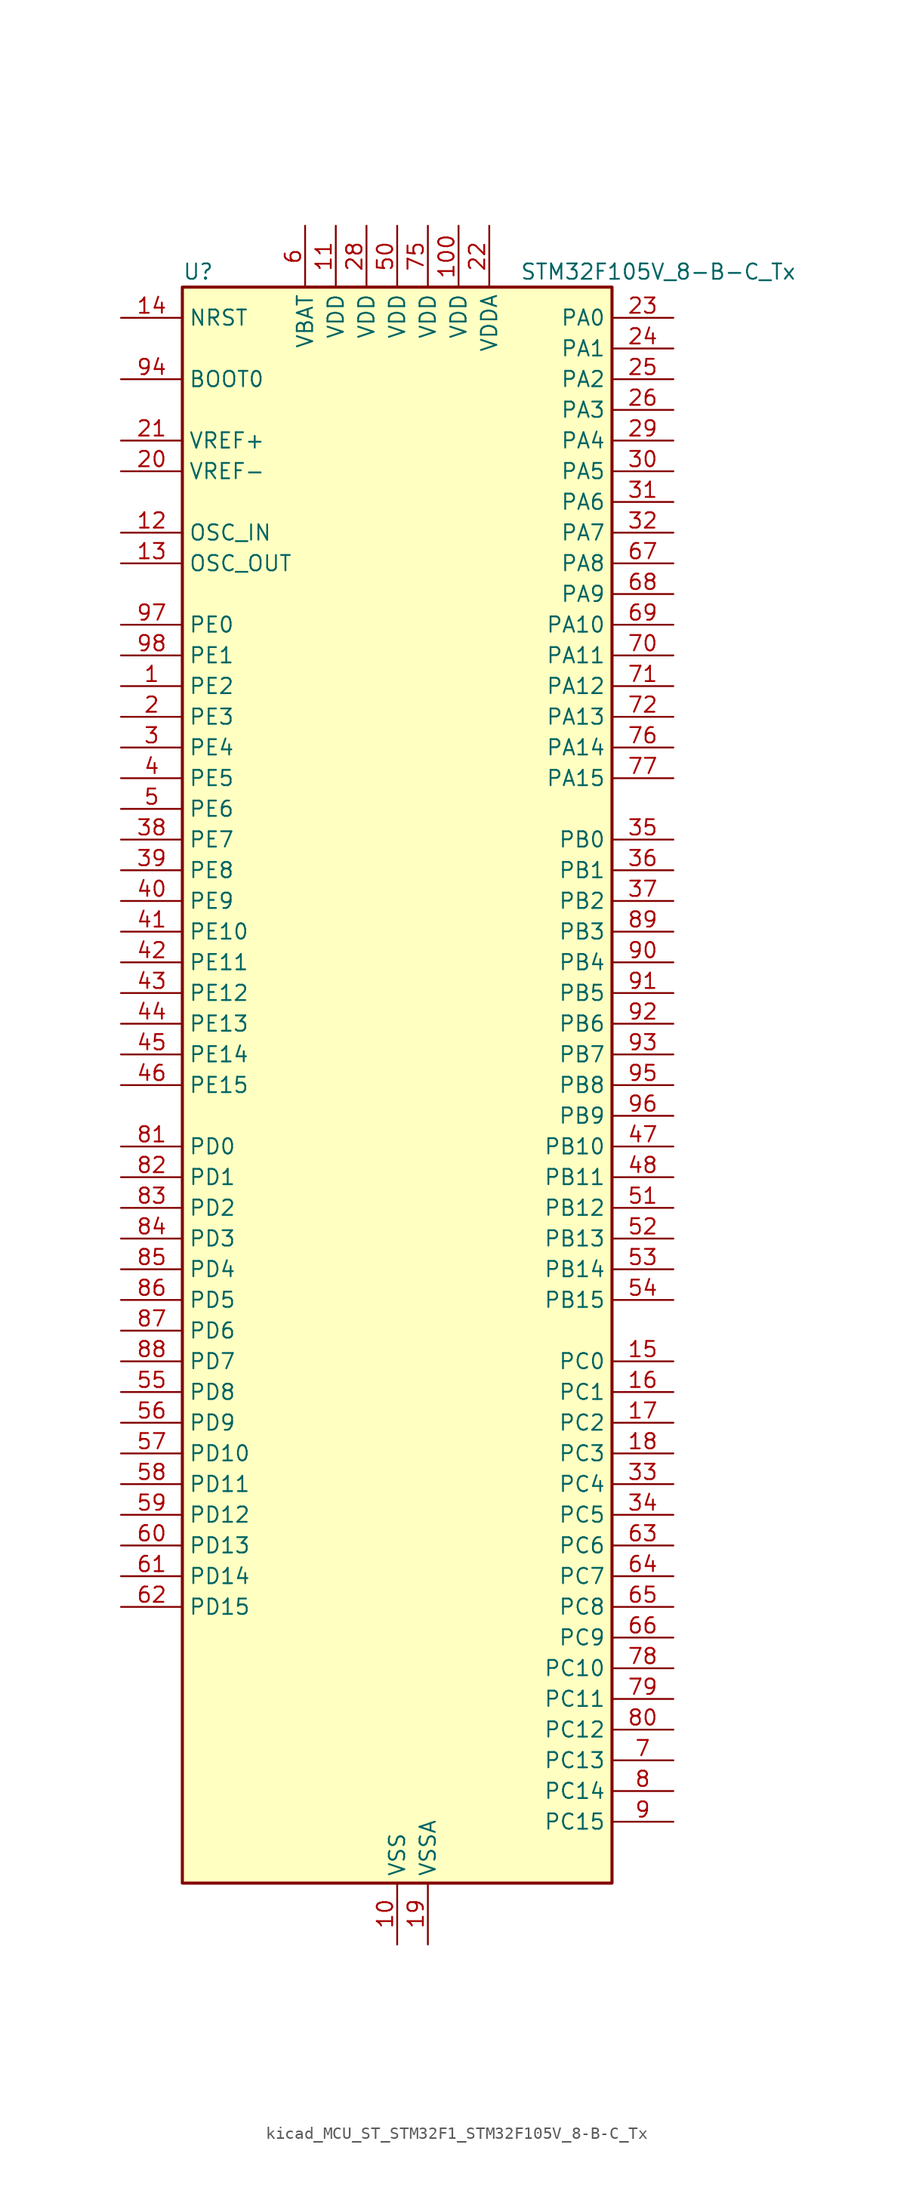
<source format=kicad_sym>
(kicad_symbol_lib
  (version 20220914)
  (generator kicad_symbol_editor)
  (symbol "kicad_MCU_ST_STM32F1_STM32F105V_8-B-C_Tx"
    (property "Reference" "U"
      (at -17.78 67.31 0)
      (effects (font (size 1.27 1.27)) (justify left)))
    (property "Value" "STM32F105V_8-B-C_Tx"
      (at 10.16 67.31 0)
      (effects (font (size 1.27 1.27)) (justify left)))
    (property "ki_locked" ""
      (at 0 0 0)
      (effects (font (size 1.27 1.27))))
    (symbol "kicad_MCU_ST_STM32F1_STM32F105V_8-B-C_Tx_0_1"
      (rectangle (start -17.78 -66.04) (end 17.78 66.04) (stroke (width 0.254) (type default)) (fill (type background))))
    (symbol "kicad_MCU_ST_STM32F1_STM32F105V_8-B-C_Tx_1_1"
      (pin bidirectional line (at -22.86 33.02 0) (length 5.08) (name "PE2" (effects (font (size 1.27 1.27)))) (number "1" (effects (font (size 1.27 1.27)))) (alternate "SYS_TRACECLK" bidirectional line))
      (pin power_in line (at 0 -71.12 90) (length 5.08) (name "VSS" (effects (font (size 1.27 1.27)))) (number "10" (effects (font (size 1.27 1.27)))))
      (pin power_in line (at 5.08 71.12 270) (length 5.08) (name "VDD" (effects (font (size 1.27 1.27)))) (number "100" (effects (font (size 1.27 1.27)))))
      (pin power_in line (at -5.08 71.12 270) (length 5.08) (name "VDD" (effects (font (size 1.27 1.27)))) (number "11" (effects (font (size 1.27 1.27)))))
      (pin input line (at -22.86 45.72 0) (length 5.08) (name "OSC_IN" (effects (font (size 1.27 1.27)))) (number "12" (effects (font (size 1.27 1.27)))) (alternate "RCC_OSC_IN" bidirectional line))
      (pin input line (at -22.86 43.18 0) (length 5.08) (name "OSC_OUT" (effects (font (size 1.27 1.27)))) (number "13" (effects (font (size 1.27 1.27)))) (alternate "RCC_OSC_OUT" bidirectional line))
      (pin input line (at -22.86 63.5 0) (length 5.08) (name "NRST" (effects (font (size 1.27 1.27)))) (number "14" (effects (font (size 1.27 1.27)))))
      (pin bidirectional line (at 22.86 -22.86 180) (length 5.08) (name "PC0" (effects (font (size 1.27 1.27)))) (number "15" (effects (font (size 1.27 1.27)))) (alternate "ADC1_IN10" bidirectional line) (alternate "ADC2_IN10" bidirectional line))
      (pin bidirectional line (at 22.86 -25.4 180) (length 5.08) (name "PC1" (effects (font (size 1.27 1.27)))) (number "16" (effects (font (size 1.27 1.27)))) (alternate "ADC1_IN11" bidirectional line) (alternate "ADC2_IN11" bidirectional line))
      (pin bidirectional line (at 22.86 -27.94 180) (length 5.08) (name "PC2" (effects (font (size 1.27 1.27)))) (number "17" (effects (font (size 1.27 1.27)))) (alternate "ADC1_IN12" bidirectional line) (alternate "ADC2_IN12" bidirectional line))
      (pin bidirectional line (at 22.86 -30.48 180) (length 5.08) (name "PC3" (effects (font (size 1.27 1.27)))) (number "18" (effects (font (size 1.27 1.27)))) (alternate "ADC1_IN13" bidirectional line) (alternate "ADC2_IN13" bidirectional line))
      (pin power_in line (at 2.54 -71.12 90) (length 5.08) (name "VSSA" (effects (font (size 1.27 1.27)))) (number "19" (effects (font (size 1.27 1.27)))))
      (pin bidirectional line (at -22.86 30.48 0) (length 5.08) (name "PE3" (effects (font (size 1.27 1.27)))) (number "2" (effects (font (size 1.27 1.27)))) (alternate "SYS_TRACED0" bidirectional line))
      (pin input line (at -22.86 50.8 0) (length 5.08) (name "VREF-" (effects (font (size 1.27 1.27)))) (number "20" (effects (font (size 1.27 1.27)))))
      (pin input line (at -22.86 53.34 0) (length 5.08) (name "VREF+" (effects (font (size 1.27 1.27)))) (number "21" (effects (font (size 1.27 1.27)))))
      (pin power_in line (at 7.62 71.12 270) (length 5.08) (name "VDDA" (effects (font (size 1.27 1.27)))) (number "22" (effects (font (size 1.27 1.27)))))
      (pin bidirectional line (at 22.86 63.5 180) (length 5.08) (name "PA0" (effects (font (size 1.27 1.27)))) (number "23" (effects (font (size 1.27 1.27)))) (alternate "ADC1_IN0" bidirectional line) (alternate "ADC2_IN0" bidirectional line) (alternate "SYS_WKUP" bidirectional line) (alternate "TIM2_CH1" bidirectional line) (alternate "TIM2_ETR" bidirectional line) (alternate "TIM5_CH1" bidirectional line) (alternate "USART2_CTS" bidirectional line))
      (pin bidirectional line (at 22.86 60.96 180) (length 5.08) (name "PA1" (effects (font (size 1.27 1.27)))) (number "24" (effects (font (size 1.27 1.27)))) (alternate "ADC1_IN1" bidirectional line) (alternate "ADC2_IN1" bidirectional line) (alternate "TIM2_CH2" bidirectional line) (alternate "TIM5_CH2" bidirectional line) (alternate "USART2_RTS" bidirectional line))
      (pin bidirectional line (at 22.86 58.42 180) (length 5.08) (name "PA2" (effects (font (size 1.27 1.27)))) (number "25" (effects (font (size 1.27 1.27)))) (alternate "ADC1_IN2" bidirectional line) (alternate "ADC2_IN2" bidirectional line) (alternate "TIM2_CH3" bidirectional line) (alternate "TIM5_CH3" bidirectional line) (alternate "USART2_TX" bidirectional line))
      (pin bidirectional line (at 22.86 55.88 180) (length 5.08) (name "PA3" (effects (font (size 1.27 1.27)))) (number "26" (effects (font (size 1.27 1.27)))) (alternate "ADC1_IN3" bidirectional line) (alternate "ADC2_IN3" bidirectional line) (alternate "TIM2_CH4" bidirectional line) (alternate "TIM5_CH4" bidirectional line) (alternate "USART2_RX" bidirectional line))
      (pin passive line (at 0 -71.12 90) (length 5.08) hide (name "VSS" (effects (font (size 1.27 1.27)))) (number "27" (effects (font (size 1.27 1.27)))))
      (pin power_in line (at -2.54 71.12 270) (length 5.08) (name "VDD" (effects (font (size 1.27 1.27)))) (number "28" (effects (font (size 1.27 1.27)))))
      (pin bidirectional line (at 22.86 53.34 180) (length 5.08) (name "PA4" (effects (font (size 1.27 1.27)))) (number "29" (effects (font (size 1.27 1.27)))) (alternate "ADC1_IN4" bidirectional line) (alternate "ADC2_IN4" bidirectional line) (alternate "DAC_OUT1" bidirectional line) (alternate "I2S3_WS" bidirectional line) (alternate "SPI1_NSS" bidirectional line) (alternate "SPI3_NSS" bidirectional line) (alternate "USART2_CK" bidirectional line))
      (pin bidirectional line (at -22.86 27.94 0) (length 5.08) (name "PE4" (effects (font (size 1.27 1.27)))) (number "3" (effects (font (size 1.27 1.27)))) (alternate "SYS_TRACED1" bidirectional line))
      (pin bidirectional line (at 22.86 50.8 180) (length 5.08) (name "PA5" (effects (font (size 1.27 1.27)))) (number "30" (effects (font (size 1.27 1.27)))) (alternate "ADC1_IN5" bidirectional line) (alternate "ADC2_IN5" bidirectional line) (alternate "DAC_OUT2" bidirectional line) (alternate "SPI1_SCK" bidirectional line))
      (pin bidirectional line (at 22.86 48.26 180) (length 5.08) (name "PA6" (effects (font (size 1.27 1.27)))) (number "31" (effects (font (size 1.27 1.27)))) (alternate "ADC1_IN6" bidirectional line) (alternate "ADC2_IN6" bidirectional line) (alternate "SPI1_MISO" bidirectional line) (alternate "TIM1_BKIN" bidirectional line) (alternate "TIM3_CH1" bidirectional line))
      (pin bidirectional line (at 22.86 45.72 180) (length 5.08) (name "PA7" (effects (font (size 1.27 1.27)))) (number "32" (effects (font (size 1.27 1.27)))) (alternate "ADC1_IN7" bidirectional line) (alternate "ADC2_IN7" bidirectional line) (alternate "SPI1_MOSI" bidirectional line) (alternate "TIM1_CH1N" bidirectional line) (alternate "TIM3_CH2" bidirectional line))
      (pin bidirectional line (at 22.86 -33.02 180) (length 5.08) (name "PC4" (effects (font (size 1.27 1.27)))) (number "33" (effects (font (size 1.27 1.27)))) (alternate "ADC1_IN14" bidirectional line) (alternate "ADC2_IN14" bidirectional line))
      (pin bidirectional line (at 22.86 -35.56 180) (length 5.08) (name "PC5" (effects (font (size 1.27 1.27)))) (number "34" (effects (font (size 1.27 1.27)))) (alternate "ADC1_IN15" bidirectional line) (alternate "ADC2_IN15" bidirectional line))
      (pin bidirectional line (at 22.86 20.32 180) (length 5.08) (name "PB0" (effects (font (size 1.27 1.27)))) (number "35" (effects (font (size 1.27 1.27)))) (alternate "ADC1_IN8" bidirectional line) (alternate "ADC2_IN8" bidirectional line) (alternate "TIM1_CH2N" bidirectional line) (alternate "TIM3_CH3" bidirectional line))
      (pin bidirectional line (at 22.86 17.78 180) (length 5.08) (name "PB1" (effects (font (size 1.27 1.27)))) (number "36" (effects (font (size 1.27 1.27)))) (alternate "ADC1_IN9" bidirectional line) (alternate "ADC2_IN9" bidirectional line) (alternate "TIM1_CH3N" bidirectional line) (alternate "TIM3_CH4" bidirectional line))
      (pin bidirectional line (at 22.86 15.24 180) (length 5.08) (name "PB2" (effects (font (size 1.27 1.27)))) (number "37" (effects (font (size 1.27 1.27)))))
      (pin bidirectional line (at -22.86 20.32 0) (length 5.08) (name "PE7" (effects (font (size 1.27 1.27)))) (number "38" (effects (font (size 1.27 1.27)))) (alternate "TIM1_ETR" bidirectional line))
      (pin bidirectional line (at -22.86 17.78 0) (length 5.08) (name "PE8" (effects (font (size 1.27 1.27)))) (number "39" (effects (font (size 1.27 1.27)))) (alternate "TIM1_CH1N" bidirectional line))
      (pin bidirectional line (at -22.86 25.4 0) (length 5.08) (name "PE5" (effects (font (size 1.27 1.27)))) (number "4" (effects (font (size 1.27 1.27)))) (alternate "SYS_TRACED2" bidirectional line))
      (pin bidirectional line (at -22.86 15.24 0) (length 5.08) (name "PE9" (effects (font (size 1.27 1.27)))) (number "40" (effects (font (size 1.27 1.27)))) (alternate "DAC_EXTI9" bidirectional line) (alternate "TIM1_CH1" bidirectional line))
      (pin bidirectional line (at -22.86 12.7 0) (length 5.08) (name "PE10" (effects (font (size 1.27 1.27)))) (number "41" (effects (font (size 1.27 1.27)))) (alternate "TIM1_CH2N" bidirectional line))
      (pin bidirectional line (at -22.86 10.16 0) (length 5.08) (name "PE11" (effects (font (size 1.27 1.27)))) (number "42" (effects (font (size 1.27 1.27)))) (alternate "ADC1_EXTI11" bidirectional line) (alternate "ADC2_EXTI11" bidirectional line) (alternate "TIM1_CH2" bidirectional line))
      (pin bidirectional line (at -22.86 7.62 0) (length 5.08) (name "PE12" (effects (font (size 1.27 1.27)))) (number "43" (effects (font (size 1.27 1.27)))) (alternate "TIM1_CH3N" bidirectional line))
      (pin bidirectional line (at -22.86 5.08 0) (length 5.08) (name "PE13" (effects (font (size 1.27 1.27)))) (number "44" (effects (font (size 1.27 1.27)))) (alternate "TIM1_CH3" bidirectional line))
      (pin bidirectional line (at -22.86 2.54 0) (length 5.08) (name "PE14" (effects (font (size 1.27 1.27)))) (number "45" (effects (font (size 1.27 1.27)))) (alternate "TIM1_CH4" bidirectional line))
      (pin bidirectional line (at -22.86 0 0) (length 5.08) (name "PE15" (effects (font (size 1.27 1.27)))) (number "46" (effects (font (size 1.27 1.27)))) (alternate "ADC1_EXTI15" bidirectional line) (alternate "ADC2_EXTI15" bidirectional line) (alternate "TIM1_BKIN" bidirectional line))
      (pin bidirectional line (at 22.86 -5.08 180) (length 5.08) (name "PB10" (effects (font (size 1.27 1.27)))) (number "47" (effects (font (size 1.27 1.27)))) (alternate "I2C2_SCL" bidirectional line) (alternate "TIM2_CH3" bidirectional line) (alternate "USART3_TX" bidirectional line))
      (pin bidirectional line (at 22.86 -7.62 180) (length 5.08) (name "PB11" (effects (font (size 1.27 1.27)))) (number "48" (effects (font (size 1.27 1.27)))) (alternate "ADC1_EXTI11" bidirectional line) (alternate "ADC2_EXTI11" bidirectional line) (alternate "I2C2_SDA" bidirectional line) (alternate "TIM2_CH4" bidirectional line) (alternate "USART3_RX" bidirectional line))
      (pin passive line (at 0 -71.12 90) (length 5.08) hide (name "VSS" (effects (font (size 1.27 1.27)))) (number "49" (effects (font (size 1.27 1.27)))))
      (pin bidirectional line (at -22.86 22.86 0) (length 5.08) (name "PE6" (effects (font (size 1.27 1.27)))) (number "5" (effects (font (size 1.27 1.27)))) (alternate "SYS_TRACED3" bidirectional line))
      (pin power_in line (at 0 71.12 270) (length 5.08) (name "VDD" (effects (font (size 1.27 1.27)))) (number "50" (effects (font (size 1.27 1.27)))))
      (pin bidirectional line (at 22.86 -10.16 180) (length 5.08) (name "PB12" (effects (font (size 1.27 1.27)))) (number "51" (effects (font (size 1.27 1.27)))) (alternate "CAN2_RX" bidirectional line) (alternate "I2C2_SMBA" bidirectional line) (alternate "I2S2_WS" bidirectional line) (alternate "SPI2_NSS" bidirectional line) (alternate "TIM1_BKIN" bidirectional line) (alternate "USART3_CK" bidirectional line))
      (pin bidirectional line (at 22.86 -12.7 180) (length 5.08) (name "PB13" (effects (font (size 1.27 1.27)))) (number "52" (effects (font (size 1.27 1.27)))) (alternate "CAN2_TX" bidirectional line) (alternate "I2S2_CK" bidirectional line) (alternate "SPI2_SCK" bidirectional line) (alternate "TIM1_CH1N" bidirectional line) (alternate "USART3_CTS" bidirectional line))
      (pin bidirectional line (at 22.86 -15.24 180) (length 5.08) (name "PB14" (effects (font (size 1.27 1.27)))) (number "53" (effects (font (size 1.27 1.27)))) (alternate "SPI2_MISO" bidirectional line) (alternate "TIM1_CH2N" bidirectional line) (alternate "USART3_RTS" bidirectional line))
      (pin bidirectional line (at 22.86 -17.78 180) (length 5.08) (name "PB15" (effects (font (size 1.27 1.27)))) (number "54" (effects (font (size 1.27 1.27)))) (alternate "ADC1_EXTI15" bidirectional line) (alternate "ADC2_EXTI15" bidirectional line) (alternate "I2S2_SD" bidirectional line) (alternate "SPI2_MOSI" bidirectional line) (alternate "TIM1_CH3N" bidirectional line))
      (pin bidirectional line (at -22.86 -25.4 0) (length 5.08) (name "PD8" (effects (font (size 1.27 1.27)))) (number "55" (effects (font (size 1.27 1.27)))) (alternate "USART3_TX" bidirectional line))
      (pin bidirectional line (at -22.86 -27.94 0) (length 5.08) (name "PD9" (effects (font (size 1.27 1.27)))) (number "56" (effects (font (size 1.27 1.27)))) (alternate "DAC_EXTI9" bidirectional line) (alternate "USART3_RX" bidirectional line))
      (pin bidirectional line (at -22.86 -30.48 0) (length 5.08) (name "PD10" (effects (font (size 1.27 1.27)))) (number "57" (effects (font (size 1.27 1.27)))) (alternate "USART3_CK" bidirectional line))
      (pin bidirectional line (at -22.86 -33.02 0) (length 5.08) (name "PD11" (effects (font (size 1.27 1.27)))) (number "58" (effects (font (size 1.27 1.27)))) (alternate "ADC1_EXTI11" bidirectional line) (alternate "ADC2_EXTI11" bidirectional line) (alternate "USART3_CTS" bidirectional line))
      (pin bidirectional line (at -22.86 -35.56 0) (length 5.08) (name "PD12" (effects (font (size 1.27 1.27)))) (number "59" (effects (font (size 1.27 1.27)))) (alternate "TIM4_CH1" bidirectional line) (alternate "USART3_RTS" bidirectional line))
      (pin power_in line (at -7.62 71.12 270) (length 5.08) (name "VBAT" (effects (font (size 1.27 1.27)))) (number "6" (effects (font (size 1.27 1.27)))))
      (pin bidirectional line (at -22.86 -38.1 0) (length 5.08) (name "PD13" (effects (font (size 1.27 1.27)))) (number "60" (effects (font (size 1.27 1.27)))) (alternate "TIM4_CH2" bidirectional line))
      (pin bidirectional line (at -22.86 -40.64 0) (length 5.08) (name "PD14" (effects (font (size 1.27 1.27)))) (number "61" (effects (font (size 1.27 1.27)))) (alternate "TIM4_CH3" bidirectional line))
      (pin bidirectional line (at -22.86 -43.18 0) (length 5.08) (name "PD15" (effects (font (size 1.27 1.27)))) (number "62" (effects (font (size 1.27 1.27)))) (alternate "ADC1_EXTI15" bidirectional line) (alternate "ADC2_EXTI15" bidirectional line) (alternate "TIM4_CH4" bidirectional line))
      (pin bidirectional line (at 22.86 -38.1 180) (length 5.08) (name "PC6" (effects (font (size 1.27 1.27)))) (number "63" (effects (font (size 1.27 1.27)))) (alternate "I2S2_MCK" bidirectional line) (alternate "TIM3_CH1" bidirectional line))
      (pin bidirectional line (at 22.86 -40.64 180) (length 5.08) (name "PC7" (effects (font (size 1.27 1.27)))) (number "64" (effects (font (size 1.27 1.27)))) (alternate "I2S3_MCK" bidirectional line) (alternate "TIM3_CH2" bidirectional line))
      (pin bidirectional line (at 22.86 -43.18 180) (length 5.08) (name "PC8" (effects (font (size 1.27 1.27)))) (number "65" (effects (font (size 1.27 1.27)))) (alternate "TIM3_CH3" bidirectional line))
      (pin bidirectional line (at 22.86 -45.72 180) (length 5.08) (name "PC9" (effects (font (size 1.27 1.27)))) (number "66" (effects (font (size 1.27 1.27)))) (alternate "DAC_EXTI9" bidirectional line) (alternate "TIM3_CH4" bidirectional line))
      (pin bidirectional line (at 22.86 43.18 180) (length 5.08) (name "PA8" (effects (font (size 1.27 1.27)))) (number "67" (effects (font (size 1.27 1.27)))) (alternate "RCC_MCO" bidirectional line) (alternate "TIM1_CH1" bidirectional line) (alternate "USART1_CK" bidirectional line) (alternate "USB_OTG_FS_SOF" bidirectional line))
      (pin bidirectional line (at 22.86 40.64 180) (length 5.08) (name "PA9" (effects (font (size 1.27 1.27)))) (number "68" (effects (font (size 1.27 1.27)))) (alternate "DAC_EXTI9" bidirectional line) (alternate "TIM1_CH2" bidirectional line) (alternate "USART1_TX" bidirectional line) (alternate "USB_OTG_FS_VBUS" bidirectional line))
      (pin bidirectional line (at 22.86 38.1 180) (length 5.08) (name "PA10" (effects (font (size 1.27 1.27)))) (number "69" (effects (font (size 1.27 1.27)))) (alternate "TIM1_CH3" bidirectional line) (alternate "USART1_RX" bidirectional line) (alternate "USB_OTG_FS_ID" bidirectional line))
      (pin bidirectional line (at 22.86 -55.88 180) (length 5.08) (name "PC13" (effects (font (size 1.27 1.27)))) (number "7" (effects (font (size 1.27 1.27)))) (alternate "RTC_OUT" bidirectional line) (alternate "RTC_TAMPER" bidirectional line))
      (pin bidirectional line (at 22.86 35.56 180) (length 5.08) (name "PA11" (effects (font (size 1.27 1.27)))) (number "70" (effects (font (size 1.27 1.27)))) (alternate "ADC1_EXTI11" bidirectional line) (alternate "ADC2_EXTI11" bidirectional line) (alternate "CAN1_RX" bidirectional line) (alternate "TIM1_CH4" bidirectional line) (alternate "USART1_CTS" bidirectional line) (alternate "USB_OTG_FS_DM" bidirectional line))
      (pin bidirectional line (at 22.86 33.02 180) (length 5.08) (name "PA12" (effects (font (size 1.27 1.27)))) (number "71" (effects (font (size 1.27 1.27)))) (alternate "CAN1_TX" bidirectional line) (alternate "TIM1_ETR" bidirectional line) (alternate "USART1_RTS" bidirectional line) (alternate "USB_OTG_FS_DP" bidirectional line))
      (pin bidirectional line (at 22.86 30.48 180) (length 5.08) (name "PA13" (effects (font (size 1.27 1.27)))) (number "72" (effects (font (size 1.27 1.27)))) (alternate "SYS_JTMS-SWDIO" bidirectional line))
      (pin no_connect line (at -17.78 -66.04 0) (length 5.08) hide (name "NC" (effects (font (size 1.27 1.27)))) (number "73" (effects (font (size 1.27 1.27)))))
      (pin passive line (at 0 -71.12 90) (length 5.08) hide (name "VSS" (effects (font (size 1.27 1.27)))) (number "74" (effects (font (size 1.27 1.27)))))
      (pin power_in line (at 2.54 71.12 270) (length 5.08) (name "VDD" (effects (font (size 1.27 1.27)))) (number "75" (effects (font (size 1.27 1.27)))))
      (pin bidirectional line (at 22.86 27.94 180) (length 5.08) (name "PA14" (effects (font (size 1.27 1.27)))) (number "76" (effects (font (size 1.27 1.27)))) (alternate "SYS_JTCK-SWCLK" bidirectional line))
      (pin bidirectional line (at 22.86 25.4 180) (length 5.08) (name "PA15" (effects (font (size 1.27 1.27)))) (number "77" (effects (font (size 1.27 1.27)))) (alternate "ADC1_EXTI15" bidirectional line) (alternate "ADC2_EXTI15" bidirectional line) (alternate "I2S3_WS" bidirectional line) (alternate "SPI1_NSS" bidirectional line) (alternate "SPI3_NSS" bidirectional line) (alternate "SYS_JTDI" bidirectional line) (alternate "TIM2_CH1" bidirectional line) (alternate "TIM2_ETR" bidirectional line))
      (pin bidirectional line (at 22.86 -48.26 180) (length 5.08) (name "PC10" (effects (font (size 1.27 1.27)))) (number "78" (effects (font (size 1.27 1.27)))) (alternate "I2S3_CK" bidirectional line) (alternate "SPI3_SCK" bidirectional line) (alternate "UART4_TX" bidirectional line) (alternate "USART3_TX" bidirectional line))
      (pin bidirectional line (at 22.86 -50.8 180) (length 5.08) (name "PC11" (effects (font (size 1.27 1.27)))) (number "79" (effects (font (size 1.27 1.27)))) (alternate "ADC1_EXTI11" bidirectional line) (alternate "ADC2_EXTI11" bidirectional line) (alternate "SPI3_MISO" bidirectional line) (alternate "UART4_RX" bidirectional line) (alternate "USART3_RX" bidirectional line))
      (pin bidirectional line (at 22.86 -58.42 180) (length 5.08) (name "PC14" (effects (font (size 1.27 1.27)))) (number "8" (effects (font (size 1.27 1.27)))) (alternate "RCC_OSC32_IN" bidirectional line))
      (pin bidirectional line (at 22.86 -53.34 180) (length 5.08) (name "PC12" (effects (font (size 1.27 1.27)))) (number "80" (effects (font (size 1.27 1.27)))) (alternate "I2S3_SD" bidirectional line) (alternate "SPI3_MOSI" bidirectional line) (alternate "UART5_TX" bidirectional line) (alternate "USART3_CK" bidirectional line))
      (pin bidirectional line (at -22.86 -5.08 0) (length 5.08) (name "PD0" (effects (font (size 1.27 1.27)))) (number "81" (effects (font (size 1.27 1.27)))) (alternate "CAN1_RX" bidirectional line))
      (pin bidirectional line (at -22.86 -7.62 0) (length 5.08) (name "PD1" (effects (font (size 1.27 1.27)))) (number "82" (effects (font (size 1.27 1.27)))) (alternate "CAN1_TX" bidirectional line))
      (pin bidirectional line (at -22.86 -10.16 0) (length 5.08) (name "PD2" (effects (font (size 1.27 1.27)))) (number "83" (effects (font (size 1.27 1.27)))) (alternate "TIM3_ETR" bidirectional line) (alternate "UART5_RX" bidirectional line))
      (pin bidirectional line (at -22.86 -12.7 0) (length 5.08) (name "PD3" (effects (font (size 1.27 1.27)))) (number "84" (effects (font (size 1.27 1.27)))) (alternate "USART2_CTS" bidirectional line))
      (pin bidirectional line (at -22.86 -15.24 0) (length 5.08) (name "PD4" (effects (font (size 1.27 1.27)))) (number "85" (effects (font (size 1.27 1.27)))) (alternate "USART2_RTS" bidirectional line))
      (pin bidirectional line (at -22.86 -17.78 0) (length 5.08) (name "PD5" (effects (font (size 1.27 1.27)))) (number "86" (effects (font (size 1.27 1.27)))) (alternate "USART2_TX" bidirectional line))
      (pin bidirectional line (at -22.86 -20.32 0) (length 5.08) (name "PD6" (effects (font (size 1.27 1.27)))) (number "87" (effects (font (size 1.27 1.27)))) (alternate "USART2_RX" bidirectional line))
      (pin bidirectional line (at -22.86 -22.86 0) (length 5.08) (name "PD7" (effects (font (size 1.27 1.27)))) (number "88" (effects (font (size 1.27 1.27)))) (alternate "USART2_CK" bidirectional line))
      (pin bidirectional line (at 22.86 12.7 180) (length 5.08) (name "PB3" (effects (font (size 1.27 1.27)))) (number "89" (effects (font (size 1.27 1.27)))) (alternate "I2S3_CK" bidirectional line) (alternate "SPI1_SCK" bidirectional line) (alternate "SPI3_SCK" bidirectional line) (alternate "SYS_JTDO" bidirectional line) (alternate "SYS_TRACESWO" bidirectional line) (alternate "TIM2_CH2" bidirectional line))
      (pin bidirectional line (at 22.86 -60.96 180) (length 5.08) (name "PC15" (effects (font (size 1.27 1.27)))) (number "9" (effects (font (size 1.27 1.27)))) (alternate "ADC1_EXTI15" bidirectional line) (alternate "ADC2_EXTI15" bidirectional line) (alternate "RCC_OSC32_OUT" bidirectional line))
      (pin bidirectional line (at 22.86 10.16 180) (length 5.08) (name "PB4" (effects (font (size 1.27 1.27)))) (number "90" (effects (font (size 1.27 1.27)))) (alternate "SPI1_MISO" bidirectional line) (alternate "SPI3_MISO" bidirectional line) (alternate "SYS_NJTRST" bidirectional line) (alternate "TIM3_CH1" bidirectional line))
      (pin bidirectional line (at 22.86 7.62 180) (length 5.08) (name "PB5" (effects (font (size 1.27 1.27)))) (number "91" (effects (font (size 1.27 1.27)))) (alternate "CAN2_RX" bidirectional line) (alternate "I2C1_SMBA" bidirectional line) (alternate "I2S3_SD" bidirectional line) (alternate "SPI1_MOSI" bidirectional line) (alternate "SPI3_MOSI" bidirectional line) (alternate "TIM3_CH2" bidirectional line))
      (pin bidirectional line (at 22.86 5.08 180) (length 5.08) (name "PB6" (effects (font (size 1.27 1.27)))) (number "92" (effects (font (size 1.27 1.27)))) (alternate "CAN2_TX" bidirectional line) (alternate "I2C1_SCL" bidirectional line) (alternate "TIM4_CH1" bidirectional line) (alternate "USART1_TX" bidirectional line))
      (pin bidirectional line (at 22.86 2.54 180) (length 5.08) (name "PB7" (effects (font (size 1.27 1.27)))) (number "93" (effects (font (size 1.27 1.27)))) (alternate "I2C1_SDA" bidirectional line) (alternate "TIM4_CH2" bidirectional line) (alternate "USART1_RX" bidirectional line))
      (pin input line (at -22.86 58.42 0) (length 5.08) (name "BOOT0" (effects (font (size 1.27 1.27)))) (number "94" (effects (font (size 1.27 1.27)))))
      (pin bidirectional line (at 22.86 0 180) (length 5.08) (name "PB8" (effects (font (size 1.27 1.27)))) (number "95" (effects (font (size 1.27 1.27)))) (alternate "CAN1_RX" bidirectional line) (alternate "I2C1_SCL" bidirectional line) (alternate "TIM4_CH3" bidirectional line))
      (pin bidirectional line (at 22.86 -2.54 180) (length 5.08) (name "PB9" (effects (font (size 1.27 1.27)))) (number "96" (effects (font (size 1.27 1.27)))) (alternate "CAN1_TX" bidirectional line) (alternate "DAC_EXTI9" bidirectional line) (alternate "I2C1_SDA" bidirectional line) (alternate "TIM4_CH4" bidirectional line))
      (pin bidirectional line (at -22.86 38.1 0) (length 5.08) (name "PE0" (effects (font (size 1.27 1.27)))) (number "97" (effects (font (size 1.27 1.27)))) (alternate "TIM4_ETR" bidirectional line))
      (pin bidirectional line (at -22.86 35.56 0) (length 5.08) (name "PE1" (effects (font (size 1.27 1.27)))) (number "98" (effects (font (size 1.27 1.27)))))
      (pin passive line (at 0 -71.12 90) (length 5.08) hide (name "VSS" (effects (font (size 1.27 1.27)))) (number "99" (effects (font (size 1.27 1.27))))))))
</source>
